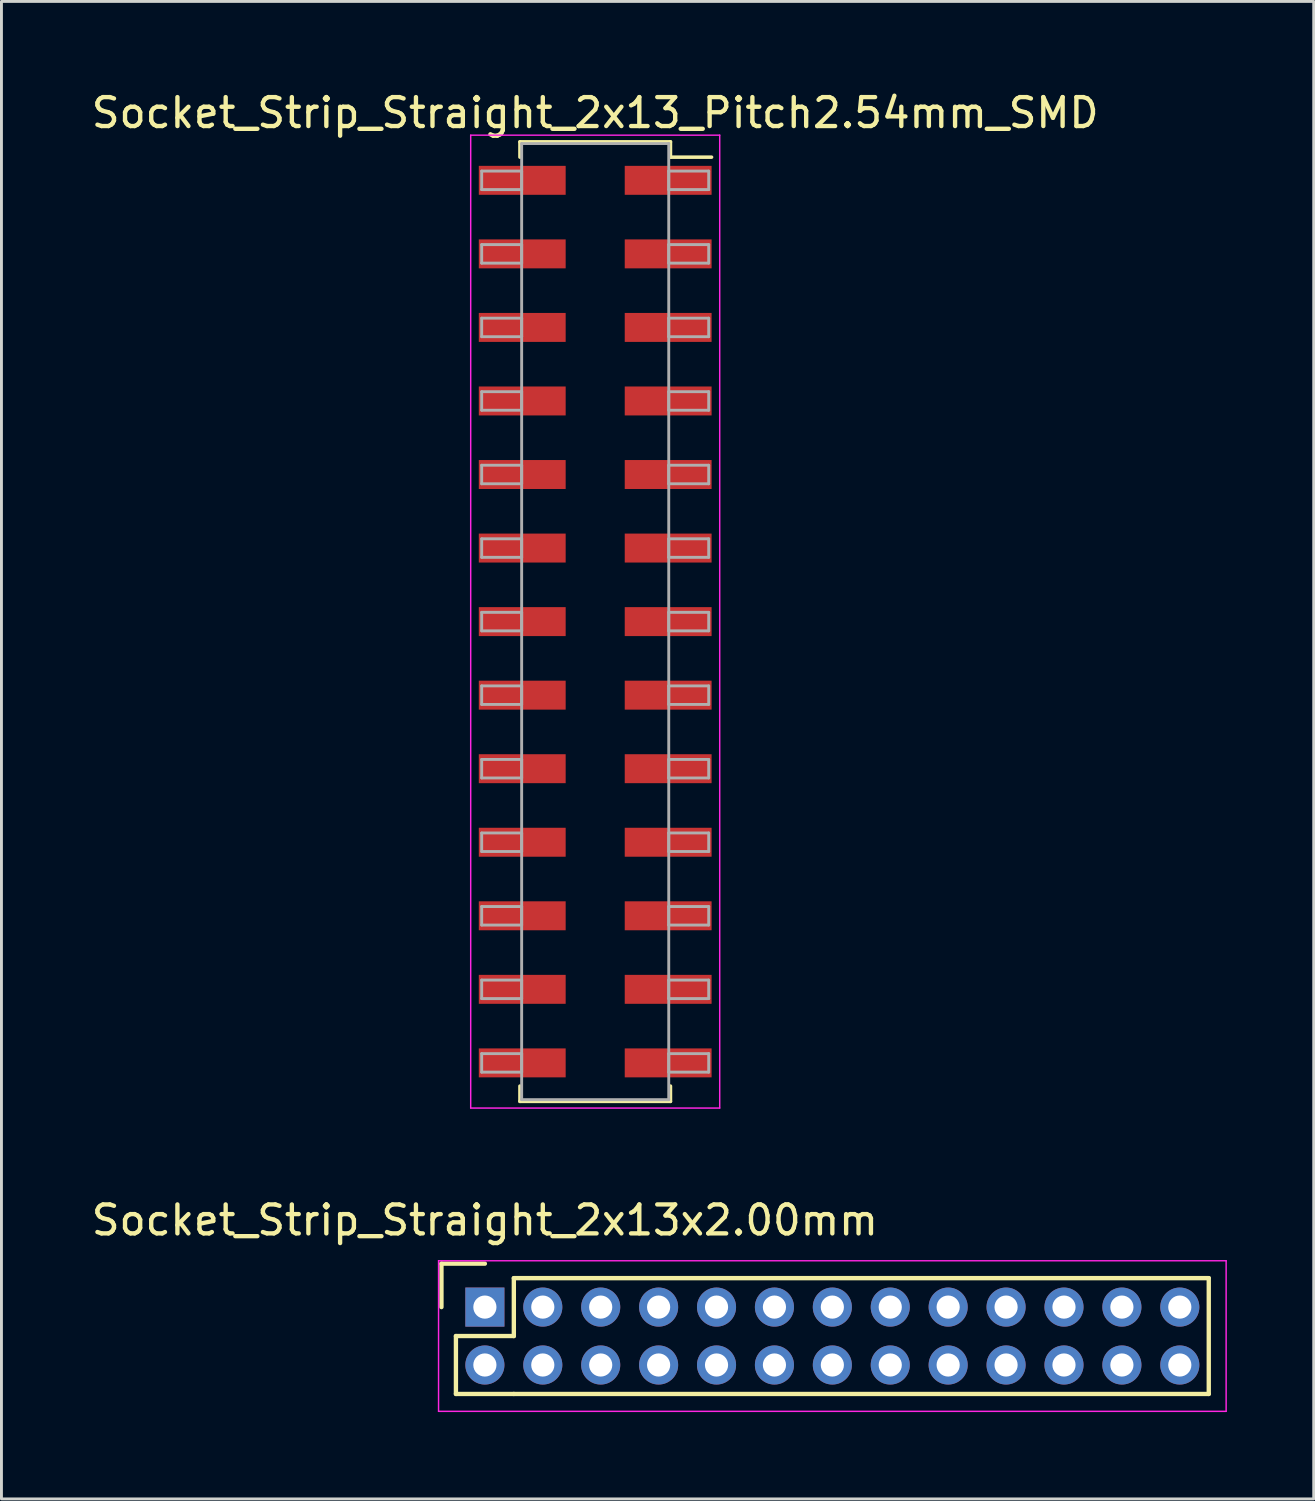
<source format=kicad_pcb>
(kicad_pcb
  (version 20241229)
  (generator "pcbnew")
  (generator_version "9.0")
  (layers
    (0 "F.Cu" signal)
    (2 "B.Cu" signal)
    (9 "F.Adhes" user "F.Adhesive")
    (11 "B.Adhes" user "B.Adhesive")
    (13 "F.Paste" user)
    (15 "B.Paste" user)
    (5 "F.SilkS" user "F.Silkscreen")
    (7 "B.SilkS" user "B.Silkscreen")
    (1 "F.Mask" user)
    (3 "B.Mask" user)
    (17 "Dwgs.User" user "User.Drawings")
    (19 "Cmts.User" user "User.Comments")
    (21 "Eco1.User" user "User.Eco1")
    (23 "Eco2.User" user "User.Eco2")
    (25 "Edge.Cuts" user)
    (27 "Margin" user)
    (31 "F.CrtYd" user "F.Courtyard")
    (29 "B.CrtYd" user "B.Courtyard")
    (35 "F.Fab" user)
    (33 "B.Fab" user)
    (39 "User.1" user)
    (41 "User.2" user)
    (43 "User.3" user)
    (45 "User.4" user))
  (footprint "Socket_Strip_Straight_2x13_Pitch2.54mm_SMD"
    (layer "F.Cu")
    (at 17.506 18.418)
    (property "Reference" "Socket_Strip_Straight_2x13_Pitch2.54mm_SMD" (at 0 -17.57 0) (layer "F.SilkS") (effects (font (size 1 1) (thickness 0.15))))
    (attr smd)
    (fp_line (start -2.6 -16.57) (end 2.6 -16.57) (stroke (width 0.12) (type solid)) (layer "F.SilkS"))
    (fp_line (start -2.6 -16.04) (end -2.6 -16.57) (stroke (width 0.12) (type solid)) (layer "F.SilkS"))
    (fp_line (start -2.6 16.04) (end -2.6 16.57) (stroke (width 0.12) (type solid)) (layer "F.SilkS"))
    (fp_line (start -2.6 16.57) (end 2.6 16.57) (stroke (width 0.12) (type solid)) (layer "F.SilkS"))
    (fp_line (start 2.6 -16.57) (end 2.6 -16.04) (stroke (width 0.12) (type solid)) (layer "F.SilkS"))
    (fp_line (start 2.6 16.57) (end 2.6 16.04) (stroke (width 0.12) (type solid)) (layer "F.SilkS"))
    (fp_line (start 4.02 -16.04) (end 2.6 -16.04) (stroke (width 0.12) (type solid)) (layer "F.SilkS"))
    (fp_line (start -4.3 -16.8) (end -4.3 16.8) (stroke (width 0.05) (type solid)) (layer "F.CrtYd"))
    (fp_line (start -4.3 16.8) (end 4.3 16.8) (stroke (width 0.05) (type solid)) (layer "F.CrtYd"))
    (fp_line (start 4.3 -16.8) (end -4.3 -16.8) (stroke (width 0.05) (type solid)) (layer "F.CrtYd"))
    (fp_line (start 4.3 16.8) (end 4.3 -16.8) (stroke (width 0.05) (type solid)) (layer "F.CrtYd"))
    (fp_line (start -3.92 -15.56) (end -2.54 -15.56) (stroke (width 0.1) (type solid)) (layer "F.Fab"))
    (fp_line (start -3.92 -14.92) (end -3.92 -15.56) (stroke (width 0.1) (type solid)) (layer "F.Fab"))
    (fp_line (start -3.92 -13.02) (end -2.54 -13.02) (stroke (width 0.1) (type solid)) (layer "F.Fab"))
    (fp_line (start -3.92 -12.38) (end -3.92 -13.02) (stroke (width 0.1) (type solid)) (layer "F.Fab"))
    (fp_line (start -3.92 -10.48) (end -2.54 -10.48) (stroke (width 0.1) (type solid)) (layer "F.Fab"))
    (fp_line (start -3.92 -9.84) (end -3.92 -10.48) (stroke (width 0.1) (type solid)) (layer "F.Fab"))
    (fp_line (start -3.92 -7.94) (end -2.54 -7.94) (stroke (width 0.1) (type solid)) (layer "F.Fab"))
    (fp_line (start -3.92 -7.3) (end -3.92 -7.94) (stroke (width 0.1) (type solid)) (layer "F.Fab"))
    (fp_line (start -3.92 -5.4) (end -2.54 -5.4) (stroke (width 0.1) (type solid)) (layer "F.Fab"))
    (fp_line (start -3.92 -4.76) (end -3.92 -5.4) (stroke (width 0.1) (type solid)) (layer "F.Fab"))
    (fp_line (start -3.92 -2.86) (end -2.54 -2.86) (stroke (width 0.1) (type solid)) (layer "F.Fab"))
    (fp_line (start -3.92 -2.22) (end -3.92 -2.86) (stroke (width 0.1) (type solid)) (layer "F.Fab"))
    (fp_line (start -3.92 -0.32) (end -2.54 -0.32) (stroke (width 0.1) (type solid)) (layer "F.Fab"))
    (fp_line (start -3.92 0.32) (end -3.92 -0.32) (stroke (width 0.1) (type solid)) (layer "F.Fab"))
    (fp_line (start -3.92 2.22) (end -2.54 2.22) (stroke (width 0.1) (type solid)) (layer "F.Fab"))
    (fp_line (start -3.92 2.86) (end -3.92 2.22) (stroke (width 0.1) (type solid)) (layer "F.Fab"))
    (fp_line (start -3.92 4.76) (end -2.54 4.76) (stroke (width 0.1) (type solid)) (layer "F.Fab"))
    (fp_line (start -3.92 5.4) (end -3.92 4.76) (stroke (width 0.1) (type solid)) (layer "F.Fab"))
    (fp_line (start -3.92 7.3) (end -2.54 7.3) (stroke (width 0.1) (type solid)) (layer "F.Fab"))
    (fp_line (start -3.92 7.94) (end -3.92 7.3) (stroke (width 0.1) (type solid)) (layer "F.Fab"))
    (fp_line (start -3.92 9.84) (end -2.54 9.84) (stroke (width 0.1) (type solid)) (layer "F.Fab"))
    (fp_line (start -3.92 10.48) (end -3.92 9.84) (stroke (width 0.1) (type solid)) (layer "F.Fab"))
    (fp_line (start -3.92 12.38) (end -2.54 12.38) (stroke (width 0.1) (type solid)) (layer "F.Fab"))
    (fp_line (start -3.92 13.02) (end -3.92 12.38) (stroke (width 0.1) (type solid)) (layer "F.Fab"))
    (fp_line (start -3.92 14.92) (end -2.54 14.92) (stroke (width 0.1) (type solid)) (layer "F.Fab"))
    (fp_line (start -3.92 15.56) (end -3.92 14.92) (stroke (width 0.1) (type solid)) (layer "F.Fab"))
    (fp_line (start -2.54 -16.51) (end -2.54 16.51) (stroke (width 0.1) (type solid)) (layer "F.Fab"))
    (fp_line (start -2.54 -15.56) (end -2.54 -14.92) (stroke (width 0.1) (type solid)) (layer "F.Fab"))
    (fp_line (start -2.54 -14.92) (end -3.92 -14.92) (stroke (width 0.1) (type solid)) (layer "F.Fab"))
    (fp_line (start -2.54 -13.02) (end -2.54 -12.38) (stroke (width 0.1) (type solid)) (layer "F.Fab"))
    (fp_line (start -2.54 -12.38) (end -3.92 -12.38) (stroke (width 0.1) (type solid)) (layer "F.Fab"))
    (fp_line (start -2.54 -10.48) (end -2.54 -9.84) (stroke (width 0.1) (type solid)) (layer "F.Fab"))
    (fp_line (start -2.54 -9.84) (end -3.92 -9.84) (stroke (width 0.1) (type solid)) (layer "F.Fab"))
    (fp_line (start -2.54 -7.94) (end -2.54 -7.3) (stroke (width 0.1) (type solid)) (layer "F.Fab"))
    (fp_line (start -2.54 -7.3) (end -3.92 -7.3) (stroke (width 0.1) (type solid)) (layer "F.Fab"))
    (fp_line (start -2.54 -5.4) (end -2.54 -4.76) (stroke (width 0.1) (type solid)) (layer "F.Fab"))
    (fp_line (start -2.54 -4.76) (end -3.92 -4.76) (stroke (width 0.1) (type solid)) (layer "F.Fab"))
    (fp_line (start -2.54 -2.86) (end -2.54 -2.22) (stroke (width 0.1) (type solid)) (layer "F.Fab"))
    (fp_line (start -2.54 -2.22) (end -3.92 -2.22) (stroke (width 0.1) (type solid)) (layer "F.Fab"))
    (fp_line (start -2.54 -0.32) (end -2.54 0.32) (stroke (width 0.1) (type solid)) (layer "F.Fab"))
    (fp_line (start -2.54 0.32) (end -3.92 0.32) (stroke (width 0.1) (type solid)) (layer "F.Fab"))
    (fp_line (start -2.54 2.22) (end -2.54 2.86) (stroke (width 0.1) (type solid)) (layer "F.Fab"))
    (fp_line (start -2.54 2.86) (end -3.92 2.86) (stroke (width 0.1) (type solid)) (layer "F.Fab"))
    (fp_line (start -2.54 4.76) (end -2.54 5.4) (stroke (width 0.1) (type solid)) (layer "F.Fab"))
    (fp_line (start -2.54 5.4) (end -3.92 5.4) (stroke (width 0.1) (type solid)) (layer "F.Fab"))
    (fp_line (start -2.54 7.3) (end -2.54 7.94) (stroke (width 0.1) (type solid)) (layer "F.Fab"))
    (fp_line (start -2.54 7.94) (end -3.92 7.94) (stroke (width 0.1) (type solid)) (layer "F.Fab"))
    (fp_line (start -2.54 9.84) (end -2.54 10.48) (stroke (width 0.1) (type solid)) (layer "F.Fab"))
    (fp_line (start -2.54 10.48) (end -3.92 10.48) (stroke (width 0.1) (type solid)) (layer "F.Fab"))
    (fp_line (start -2.54 12.38) (end -2.54 13.02) (stroke (width 0.1) (type solid)) (layer "F.Fab"))
    (fp_line (start -2.54 13.02) (end -3.92 13.02) (stroke (width 0.1) (type solid)) (layer "F.Fab"))
    (fp_line (start -2.54 14.92) (end -2.54 15.56) (stroke (width 0.1) (type solid)) (layer "F.Fab"))
    (fp_line (start -2.54 15.56) (end -3.92 15.56) (stroke (width 0.1) (type solid)) (layer "F.Fab"))
    (fp_line (start -2.54 16.51) (end 2.54 16.51) (stroke (width 0.1) (type solid)) (layer "F.Fab"))
    (fp_line (start 2.54 -16.51) (end -2.54 -16.51) (stroke (width 0.1) (type solid)) (layer "F.Fab"))
    (fp_line (start 2.54 -15.56) (end 2.54 -14.92) (stroke (width 0.1) (type solid)) (layer "F.Fab"))
    (fp_line (start 2.54 -14.92) (end 3.92 -14.92) (stroke (width 0.1) (type solid)) (layer "F.Fab"))
    (fp_line (start 2.54 -13.02) (end 2.54 -12.38) (stroke (width 0.1) (type solid)) (layer "F.Fab"))
    (fp_line (start 2.54 -12.38) (end 3.92 -12.38) (stroke (width 0.1) (type solid)) (layer "F.Fab"))
    (fp_line (start 2.54 -10.48) (end 2.54 -9.84) (stroke (width 0.1) (type solid)) (layer "F.Fab"))
    (fp_line (start 2.54 -9.84) (end 3.92 -9.84) (stroke (width 0.1) (type solid)) (layer "F.Fab"))
    (fp_line (start 2.54 -7.94) (end 2.54 -7.3) (stroke (width 0.1) (type solid)) (layer "F.Fab"))
    (fp_line (start 2.54 -7.3) (end 3.92 -7.3) (stroke (width 0.1) (type solid)) (layer "F.Fab"))
    (fp_line (start 2.54 -5.4) (end 2.54 -4.76) (stroke (width 0.1) (type solid)) (layer "F.Fab"))
    (fp_line (start 2.54 -4.76) (end 3.92 -4.76) (stroke (width 0.1) (type solid)) (layer "F.Fab"))
    (fp_line (start 2.54 -2.86) (end 2.54 -2.22) (stroke (width 0.1) (type solid)) (layer "F.Fab"))
    (fp_line (start 2.54 -2.22) (end 3.92 -2.22) (stroke (width 0.1) (type solid)) (layer "F.Fab"))
    (fp_line (start 2.54 -0.32) (end 2.54 0.32) (stroke (width 0.1) (type solid)) (layer "F.Fab"))
    (fp_line (start 2.54 0.32) (end 3.92 0.32) (stroke (width 0.1) (type solid)) (layer "F.Fab"))
    (fp_line (start 2.54 2.22) (end 2.54 2.86) (stroke (width 0.1) (type solid)) (layer "F.Fab"))
    (fp_line (start 2.54 2.86) (end 3.92 2.86) (stroke (width 0.1) (type solid)) (layer "F.Fab"))
    (fp_line (start 2.54 4.76) (end 2.54 5.4) (stroke (width 0.1) (type solid)) (layer "F.Fab"))
    (fp_line (start 2.54 5.4) (end 3.92 5.4) (stroke (width 0.1) (type solid)) (layer "F.Fab"))
    (fp_line (start 2.54 7.3) (end 2.54 7.94) (stroke (width 0.1) (type solid)) (layer "F.Fab"))
    (fp_line (start 2.54 7.94) (end 3.92 7.94) (stroke (width 0.1) (type solid)) (layer "F.Fab"))
    (fp_line (start 2.54 9.84) (end 2.54 10.48) (stroke (width 0.1) (type solid)) (layer "F.Fab"))
    (fp_line (start 2.54 10.48) (end 3.92 10.48) (stroke (width 0.1) (type solid)) (layer "F.Fab"))
    (fp_line (start 2.54 12.38) (end 2.54 13.02) (stroke (width 0.1) (type solid)) (layer "F.Fab"))
    (fp_line (start 2.54 13.02) (end 3.92 13.02) (stroke (width 0.1) (type solid)) (layer "F.Fab"))
    (fp_line (start 2.54 14.92) (end 2.54 15.56) (stroke (width 0.1) (type solid)) (layer "F.Fab"))
    (fp_line (start 2.54 15.56) (end 3.92 15.56) (stroke (width 0.1) (type solid)) (layer "F.Fab"))
    (fp_line (start 2.54 16.51) (end 2.54 -16.51) (stroke (width 0.1) (type solid)) (layer "F.Fab"))
    (fp_line (start 3.92 -15.56) (end 2.54 -15.56) (stroke (width 0.1) (type solid)) (layer "F.Fab"))
    (fp_line (start 3.92 -14.92) (end 3.92 -15.56) (stroke (width 0.1) (type solid)) (layer "F.Fab"))
    (fp_line (start 3.92 -13.02) (end 2.54 -13.02) (stroke (width 0.1) (type solid)) (layer "F.Fab"))
    (fp_line (start 3.92 -12.38) (end 3.92 -13.02) (stroke (width 0.1) (type solid)) (layer "F.Fab"))
    (fp_line (start 3.92 -10.48) (end 2.54 -10.48) (stroke (width 0.1) (type solid)) (layer "F.Fab"))
    (fp_line (start 3.92 -9.84) (end 3.92 -10.48) (stroke (width 0.1) (type solid)) (layer "F.Fab"))
    (fp_line (start 3.92 -7.94) (end 2.54 -7.94) (stroke (width 0.1) (type solid)) (layer "F.Fab"))
    (fp_line (start 3.92 -7.3) (end 3.92 -7.94) (stroke (width 0.1) (type solid)) (layer "F.Fab"))
    (fp_line (start 3.92 -5.4) (end 2.54 -5.4) (stroke (width 0.1) (type solid)) (layer "F.Fab"))
    (fp_line (start 3.92 -4.76) (end 3.92 -5.4) (stroke (width 0.1) (type solid)) (layer "F.Fab"))
    (fp_line (start 3.92 -2.86) (end 2.54 -2.86) (stroke (width 0.1) (type solid)) (layer "F.Fab"))
    (fp_line (start 3.92 -2.22) (end 3.92 -2.86) (stroke (width 0.1) (type solid)) (layer "F.Fab"))
    (fp_line (start 3.92 -0.32) (end 2.54 -0.32) (stroke (width 0.1) (type solid)) (layer "F.Fab"))
    (fp_line (start 3.92 0.32) (end 3.92 -0.32) (stroke (width 0.1) (type solid)) (layer "F.Fab"))
    (fp_line (start 3.92 2.22) (end 2.54 2.22) (stroke (width 0.1) (type solid)) (layer "F.Fab"))
    (fp_line (start 3.92 2.86) (end 3.92 2.22) (stroke (width 0.1) (type solid)) (layer "F.Fab"))
    (fp_line (start 3.92 4.76) (end 2.54 4.76) (stroke (width 0.1) (type solid)) (layer "F.Fab"))
    (fp_line (start 3.92 5.4) (end 3.92 4.76) (stroke (width 0.1) (type solid)) (layer "F.Fab"))
    (fp_line (start 3.92 7.3) (end 2.54 7.3) (stroke (width 0.1) (type solid)) (layer "F.Fab"))
    (fp_line (start 3.92 7.94) (end 3.92 7.3) (stroke (width 0.1) (type solid)) (layer "F.Fab"))
    (fp_line (start 3.92 9.84) (end 2.54 9.84) (stroke (width 0.1) (type solid)) (layer "F.Fab"))
    (fp_line (start 3.92 10.48) (end 3.92 9.84) (stroke (width 0.1) (type solid)) (layer "F.Fab"))
    (fp_line (start 3.92 12.38) (end 2.54 12.38) (stroke (width 0.1) (type solid)) (layer "F.Fab"))
    (fp_line (start 3.92 13.02) (end 3.92 12.38) (stroke (width 0.1) (type solid)) (layer "F.Fab"))
    (fp_line (start 3.92 14.92) (end 2.54 14.92) (stroke (width 0.1) (type solid)) (layer "F.Fab"))
    (fp_line (start 3.92 15.56) (end 3.92 14.92) (stroke (width 0.1) (type solid)) (layer "F.Fab"))
    (pad "1" smd rect (at 2.52 -15.24) (size 3 1) (layers "F.Cu" "F.Mask"))
    (pad "2" smd rect (at -2.52 -15.24) (size 3 1) (layers "F.Cu" "F.Mask"))
    (pad "3" smd rect (at 2.52 -12.7) (size 3 1) (layers "F.Cu" "F.Mask"))
    (pad "4" smd rect (at -2.52 -12.7) (size 3 1) (layers "F.Cu" "F.Mask"))
    (pad "5" smd rect (at 2.52 -10.16) (size 3 1) (layers "F.Cu" "F.Mask"))
    (pad "6" smd rect (at -2.52 -10.16) (size 3 1) (layers "F.Cu" "F.Mask"))
    (pad "7" smd rect (at 2.52 -7.62) (size 3 1) (layers "F.Cu" "F.Mask"))
    (pad "8" smd rect (at -2.52 -7.62) (size 3 1) (layers "F.Cu" "F.Mask"))
    (pad "9" smd rect (at 2.52 -5.08) (size 3 1) (layers "F.Cu" "F.Mask"))
    (pad "10" smd rect (at -2.52 -5.08) (size 3 1) (layers "F.Cu" "F.Mask"))
    (pad "11" smd rect (at 2.52 -2.54) (size 3 1) (layers "F.Cu" "F.Mask"))
    (pad "12" smd rect (at -2.52 -2.54) (size 3 1) (layers "F.Cu" "F.Mask"))
    (pad "13" smd rect (at 2.52 0) (size 3 1) (layers "F.Cu" "F.Mask"))
    (pad "14" smd rect (at -2.52 0) (size 3 1) (layers "F.Cu" "F.Mask"))
    (pad "15" smd rect (at 2.52 2.54) (size 3 1) (layers "F.Cu" "F.Mask"))
    (pad "16" smd rect (at -2.52 2.54) (size 3 1) (layers "F.Cu" "F.Mask"))
    (pad "17" smd rect (at 2.52 5.08) (size 3 1) (layers "F.Cu" "F.Mask"))
    (pad "18" smd rect (at -2.52 5.08) (size 3 1) (layers "F.Cu" "F.Mask"))
    (pad "19" smd rect (at 2.52 7.62) (size 3 1) (layers "F.Cu" "F.Mask"))
    (pad "20" smd rect (at -2.52 7.62) (size 3 1) (layers "F.Cu" "F.Mask"))
    (pad "21" smd rect (at 2.52 10.16) (size 3 1) (layers "F.Cu" "F.Mask"))
    (pad "22" smd rect (at -2.52 10.16) (size 3 1) (layers "F.Cu" "F.Mask"))
    (pad "23" smd rect (at 2.52 12.7) (size 3 1) (layers "F.Cu" "F.Mask"))
    (pad "24" smd rect (at -2.52 12.7) (size 3 1) (layers "F.Cu" "F.Mask"))
    (pad "25" smd rect (at 2.52 15.24) (size 3 1) (layers "F.Cu" "F.Mask"))
    (pad "26" smd rect (at -2.52 15.24) (size 3 1) (layers "F.Cu" "F.Mask")))
  (footprint "Socket_Strip_Straight_2x13x2.00mm"
    (layer "F.Cu")
    (at 13.696 42.092)
    (property "Reference" "Socket_Strip_Straight_2x13x2.00mm" (at 0 -3 0) (layer "F.SilkS") (effects (font (size 1 1) (thickness 0.15))))
    (attr through_hole)
    (fp_line (start -1.5 -1.5) (end -1.5 0) (stroke (width 0.15) (type solid)) (layer "F.SilkS"))
    (fp_line (start -1 1) (end -1 3) (stroke (width 0.15) (type solid)) (layer "F.SilkS"))
    (fp_line (start -1 3) (end 1 3) (stroke (width 0.15) (type solid)) (layer "F.SilkS"))
    (fp_line (start 0 -1.5) (end -1.5 -1.5) (stroke (width 0.15) (type solid)) (layer "F.SilkS"))
    (fp_line (start 1 -1) (end 1 1) (stroke (width 0.15) (type solid)) (layer "F.SilkS"))
    (fp_line (start 1 1) (end -1 1) (stroke (width 0.15) (type solid)) (layer "F.SilkS"))
    (fp_line (start 1 3) (end 25 3) (stroke (width 0.15) (type solid)) (layer "F.SilkS"))
    (fp_line (start 25 -1) (end 1 -1) (stroke (width 0.15) (type solid)) (layer "F.SilkS"))
    (fp_line (start 25 3) (end 25 -1) (stroke (width 0.15) (type solid)) (layer "F.SilkS"))
    (fp_line (start -1.6 -1.6) (end -1.6 3.6) (stroke (width 0.05) (type solid)) (layer "F.CrtYd"))
    (fp_line (start -1.6 3.6) (end 25.6 3.6) (stroke (width 0.05) (type solid)) (layer "F.CrtYd"))
    (fp_line (start 25.6 -1.6) (end -1.6 -1.6) (stroke (width 0.05) (type solid)) (layer "F.CrtYd"))
    (fp_line (start 25.6 3.6) (end 25.6 -1.6) (stroke (width 0.05) (type solid)) (layer "F.CrtYd"))
    (pad "1" thru_hole rect (at 0 0) (size 1.35 1.35) (drill 0.8) (layers "*.Cu" "*.Mask"))
    (pad "2" thru_hole circle (at 0 2) (size 1.35 1.35) (drill 0.8) (layers "*.Cu" "*.Mask"))
    (pad "3" thru_hole circle (at 2 0) (size 1.35 1.35) (drill 0.8) (layers "*.Cu" "*.Mask"))
    (pad "4" thru_hole circle (at 2 2) (size 1.35 1.35) (drill 0.8) (layers "*.Cu" "*.Mask"))
    (pad "5" thru_hole circle (at 4 0) (size 1.35 1.35) (drill 0.8) (layers "*.Cu" "*.Mask"))
    (pad "6" thru_hole circle (at 4 2) (size 1.35 1.35) (drill 0.8) (layers "*.Cu" "*.Mask"))
    (pad "7" thru_hole circle (at 6 0) (size 1.35 1.35) (drill 0.8) (layers "*.Cu" "*.Mask"))
    (pad "8" thru_hole circle (at 6 2) (size 1.35 1.35) (drill 0.8) (layers "*.Cu" "*.Mask"))
    (pad "9" thru_hole circle (at 8 0) (size 1.35 1.35) (drill 0.8) (layers "*.Cu" "*.Mask"))
    (pad "10" thru_hole circle (at 8 2) (size 1.35 1.35) (drill 0.8) (layers "*.Cu" "*.Mask"))
    (pad "11" thru_hole circle (at 10 0) (size 1.35 1.35) (drill 0.8) (layers "*.Cu" "*.Mask"))
    (pad "12" thru_hole circle (at 10 2) (size 1.35 1.35) (drill 0.8) (layers "*.Cu" "*.Mask"))
    (pad "13" thru_hole circle (at 12 0) (size 1.35 1.35) (drill 0.8) (layers "*.Cu" "*.Mask"))
    (pad "14" thru_hole circle (at 12 2) (size 1.35 1.35) (drill 0.8) (layers "*.Cu" "*.Mask"))
    (pad "15" thru_hole circle (at 14 0) (size 1.35 1.35) (drill 0.8) (layers "*.Cu" "*.Mask"))
    (pad "16" thru_hole circle (at 14 2) (size 1.35 1.35) (drill 0.8) (layers "*.Cu" "*.Mask"))
    (pad "17" thru_hole circle (at 16 0) (size 1.35 1.35) (drill 0.8) (layers "*.Cu" "*.Mask"))
    (pad "18" thru_hole circle (at 16 2) (size 1.35 1.35) (drill 0.8) (layers "*.Cu" "*.Mask"))
    (pad "19" thru_hole circle (at 18 0) (size 1.35 1.35) (drill 0.8) (layers "*.Cu" "*.Mask"))
    (pad "20" thru_hole circle (at 18 2) (size 1.35 1.35) (drill 0.8) (layers "*.Cu" "*.Mask"))
    (pad "21" thru_hole circle (at 20 0) (size 1.35 1.35) (drill 0.8) (layers "*.Cu" "*.Mask"))
    (pad "22" thru_hole circle (at 20 2) (size 1.35 1.35) (drill 0.8) (layers "*.Cu" "*.Mask"))
    (pad "23" thru_hole circle (at 22 0) (size 1.35 1.35) (drill 0.8) (layers "*.Cu" "*.Mask"))
    (pad "24" thru_hole circle (at 22 2) (size 1.35 1.35) (drill 0.8) (layers "*.Cu" "*.Mask"))
    (pad "25" thru_hole circle (at 24 0) (size 1.35 1.35) (drill 0.8) (layers "*.Cu" "*.Mask"))
    (pad "26" thru_hole circle (at 24 2) (size 1.35 1.35) (drill 0.8) (layers "*.Cu" "*.Mask")))
  (gr_rect
    (start -3 -3)
    (end 42.321 48.717)
    (stroke (width 0.1) (type default))
    (fill no)
    (layer "Edge.Cuts")))
</source>
